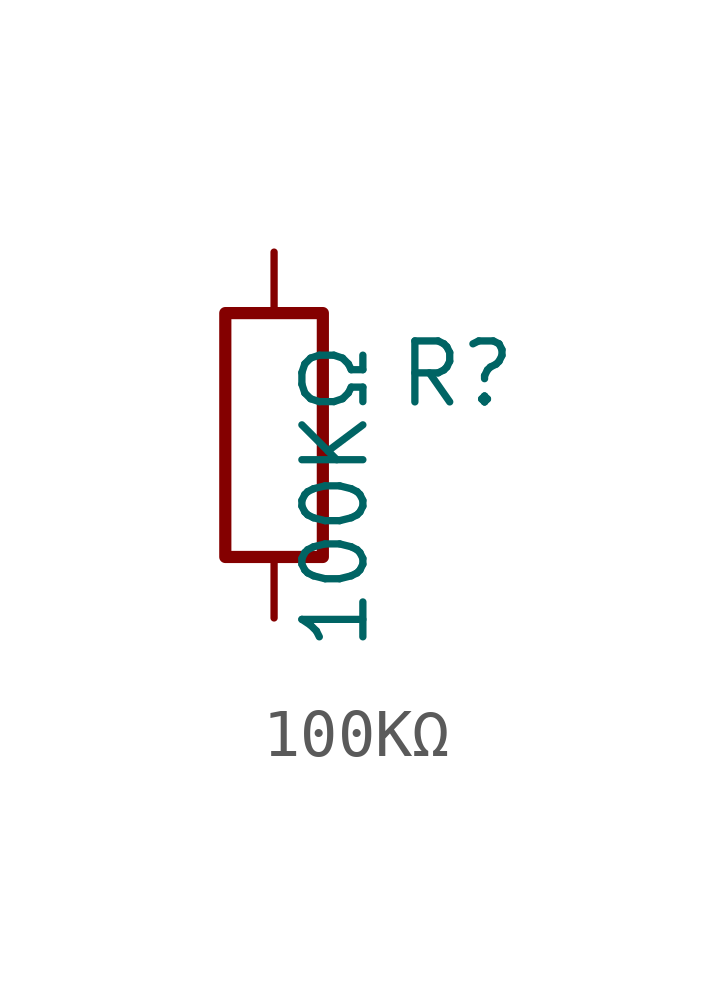
<source format=kicad_sym>
(kicad_symbol_lib
  (version 20241209)
  (generator "kicad_symbol_editor")
  (generator_version "9.0")
  (symbol "100KΩ"
    (pin_numbers
      (hide yes))
    (pin_names
      (offset 0))
    (property "Reference" "R"
      (at 3.81 1.27 0)
      (effects (font (size 1.27 1.27))))
    (property "Value" "100KΩ"
      (at 1.27 -1.27 90)
      (effects (font (size 1.27 1.27))))
    (symbol "100KΩ_0_1"
      (rectangle (start -1.016 -2.54) (end 1.016 2.54) (stroke (width 0.254) (type solid)) (fill (type none))))
    (symbol "100KΩ_1_1"
      (pin passive line (at 0 3.81 270) (length 1.27) (name "~" (effects (font (size 1.27 1.27)))) (number "1" (effects (font (size 1.27 1.27)))))
      (pin passive line (at 0 -3.81 90) (length 1.27) (name "~" (effects (font (size 1.27 1.27)))) (number "2" (effects (font (size 1.27 1.27))))))))
</source>
